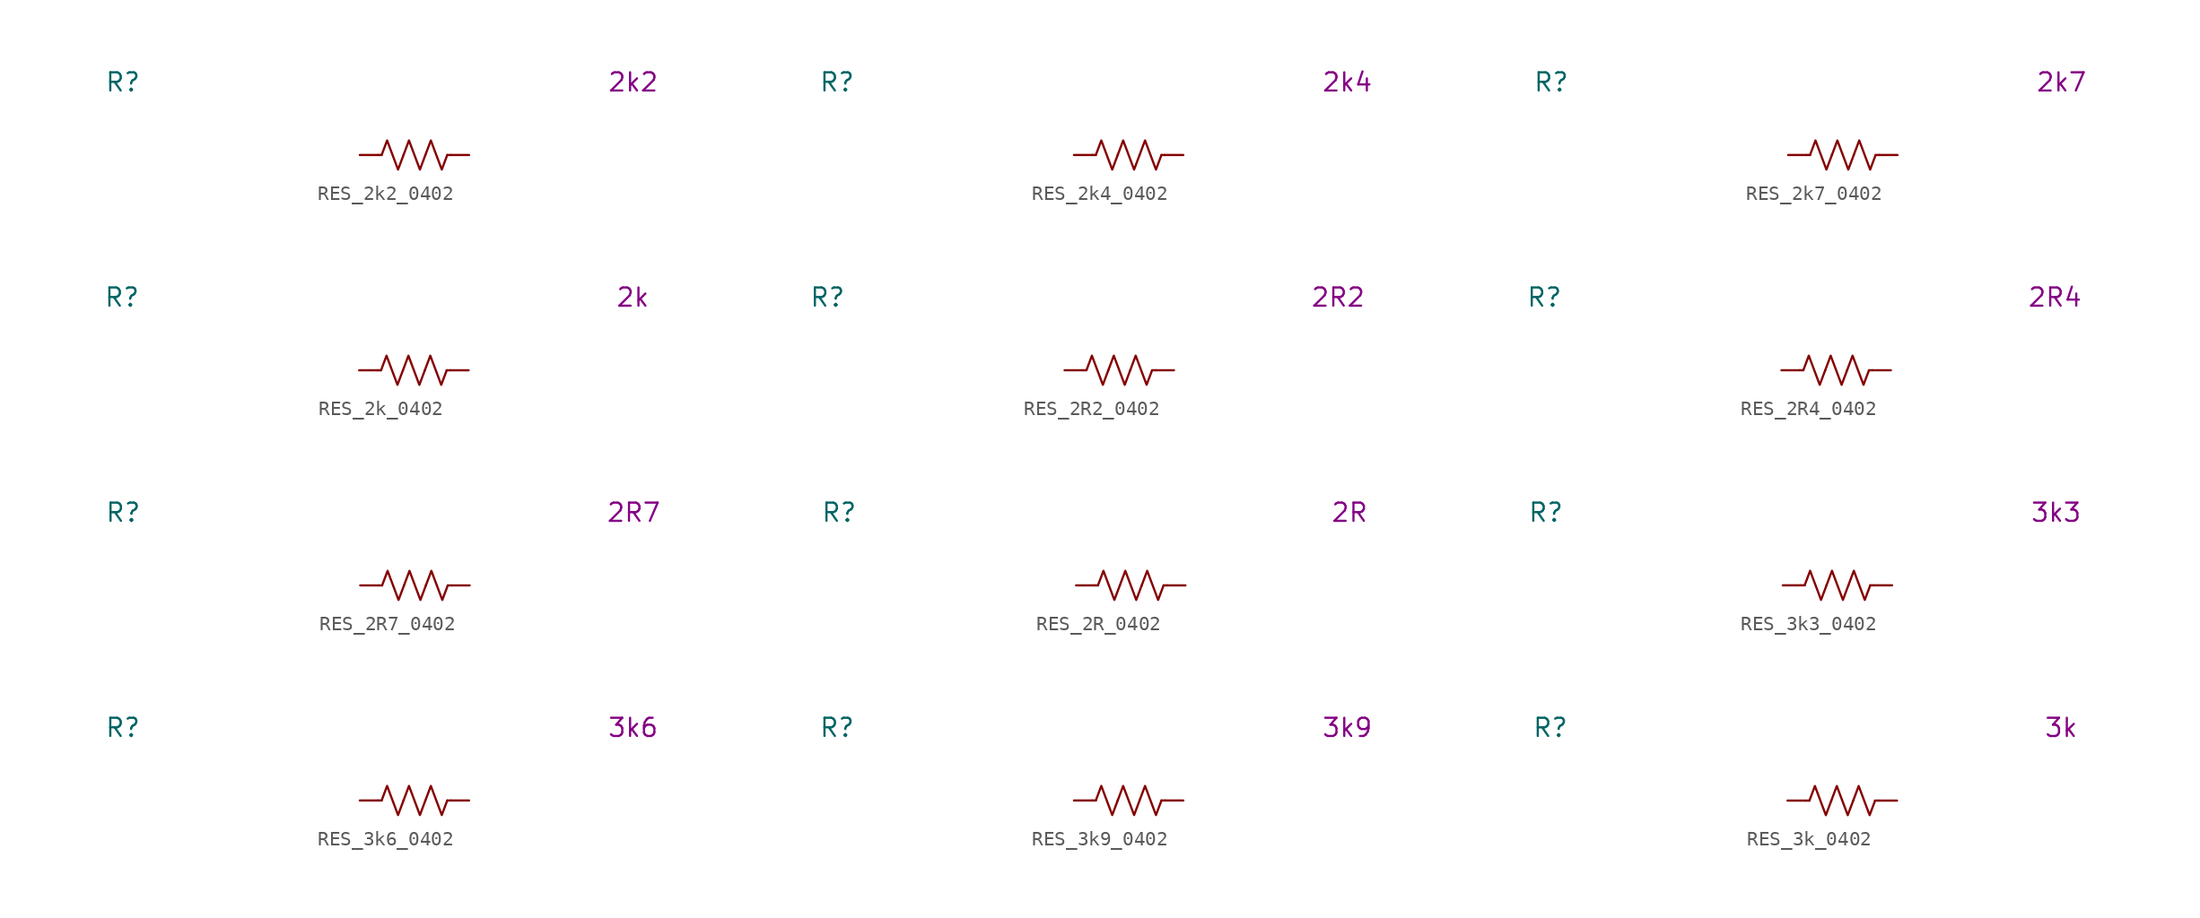
<source format=kicad_sym>
(kicad_symbol_lib
  (version 20231120)
  (generator "kicad_symbol_editor")
  (generator_version "8.0")
  (symbol "RES_2k2_0402"
    (pin_numbers hide)
    (property "Reference" "R"
      (at -20.32 5.08 0)
      (effects (font (size 1.27 1.27))))
    (property "Display Value" "2k2"
      (at 15.24 5.08 0)
      (effects (font (size 1.27 1.27))))
    (symbol "RES_2k2_0402_0_1"
      (polyline (pts (xy -2.286 0) (xy -2.54 0)) (stroke (width 0) (type default)) (fill (type none)))
      (polyline (pts (xy 2.286 0) (xy 2.54 0)) (stroke (width 0) (type default)) (fill (type none)))
      (polyline (pts (xy -2.286 0) (xy -1.905 1.016) (xy -1.524 0) (xy -1.143 -1.016) (xy -0.762 0)) (stroke (width 0) (type default)) (fill (type none)))
      (polyline (pts (xy -0.762 0) (xy -0.381 1.016) (xy 0 0) (xy 0.381 -1.016) (xy 0.762 0)) (stroke (width 0) (type default)) (fill (type none)))
      (polyline (pts (xy 0.762 0) (xy 1.143 1.016) (xy 1.524 0) (xy 1.905 -1.016) (xy 2.286 0)) (stroke (width 0) (type default)) (fill (type none))))
    (symbol "RES_2k2_0402_1_1"
      (pin passive line (at -3.81 0 0) (length 1.27) (name "~" (effects (font (size 1.27 1.27)))) (number "1" (effects (font (size 1.27 1.27)))))
      (pin passive line (at 3.81 0 180) (length 1.27) (name "~" (effects (font (size 1.27 1.27)))) (number "2" (effects (font (size 1.27 1.27)))))))
  (symbol "RES_2k4_0402"
    (pin_numbers hide)
    (property "Reference" "R"
      (at -20.32 5.08 0)
      (effects (font (size 1.27 1.27))))
    (property "Display Value" "2k4"
      (at 15.24 5.08 0)
      (effects (font (size 1.27 1.27))))
    (symbol "RES_2k4_0402_0_1"
      (polyline (pts (xy -2.286 0) (xy -2.54 0)) (stroke (width 0) (type default)) (fill (type none)))
      (polyline (pts (xy 2.286 0) (xy 2.54 0)) (stroke (width 0) (type default)) (fill (type none)))
      (polyline (pts (xy -2.286 0) (xy -1.905 1.016) (xy -1.524 0) (xy -1.143 -1.016) (xy -0.762 0)) (stroke (width 0) (type default)) (fill (type none)))
      (polyline (pts (xy -0.762 0) (xy -0.381 1.016) (xy 0 0) (xy 0.381 -1.016) (xy 0.762 0)) (stroke (width 0) (type default)) (fill (type none)))
      (polyline (pts (xy 0.762 0) (xy 1.143 1.016) (xy 1.524 0) (xy 1.905 -1.016) (xy 2.286 0)) (stroke (width 0) (type default)) (fill (type none))))
    (symbol "RES_2k4_0402_1_1"
      (pin passive line (at -3.81 0 0) (length 1.27) (name "~" (effects (font (size 1.27 1.27)))) (number "1" (effects (font (size 1.27 1.27)))))
      (pin passive line (at 3.81 0 180) (length 1.27) (name "~" (effects (font (size 1.27 1.27)))) (number "2" (effects (font (size 1.27 1.27)))))))
  (symbol "RES_2k7_0402"
    (pin_numbers hide)
    (property "Reference" "R"
      (at -20.32 5.08 0)
      (effects (font (size 1.27 1.27))))
    (property "Display Value" "2k7"
      (at 15.24 5.08 0)
      (effects (font (size 1.27 1.27))))
    (symbol "RES_2k7_0402_0_1"
      (polyline (pts (xy -2.286 0) (xy -2.54 0)) (stroke (width 0) (type default)) (fill (type none)))
      (polyline (pts (xy 2.286 0) (xy 2.54 0)) (stroke (width 0) (type default)) (fill (type none)))
      (polyline (pts (xy -2.286 0) (xy -1.905 1.016) (xy -1.524 0) (xy -1.143 -1.016) (xy -0.762 0)) (stroke (width 0) (type default)) (fill (type none)))
      (polyline (pts (xy -0.762 0) (xy -0.381 1.016) (xy 0 0) (xy 0.381 -1.016) (xy 0.762 0)) (stroke (width 0) (type default)) (fill (type none)))
      (polyline (pts (xy 0.762 0) (xy 1.143 1.016) (xy 1.524 0) (xy 1.905 -1.016) (xy 2.286 0)) (stroke (width 0) (type default)) (fill (type none))))
    (symbol "RES_2k7_0402_1_1"
      (pin passive line (at -3.81 0 0) (length 1.27) (name "~" (effects (font (size 1.27 1.27)))) (number "1" (effects (font (size 1.27 1.27)))))
      (pin passive line (at 3.81 0 180) (length 1.27) (name "~" (effects (font (size 1.27 1.27)))) (number "2" (effects (font (size 1.27 1.27)))))))
  (symbol "RES_2k_0402"
    (pin_numbers hide)
    (property "Reference" "R"
      (at -20.32 5.08 0)
      (effects (font (size 1.27 1.27))))
    (property "Display Value" "2k"
      (at 15.24 5.08 0)
      (effects (font (size 1.27 1.27))))
    (symbol "RES_2k_0402_0_1"
      (polyline (pts (xy -2.286 0) (xy -2.54 0)) (stroke (width 0) (type default)) (fill (type none)))
      (polyline (pts (xy 2.286 0) (xy 2.54 0)) (stroke (width 0) (type default)) (fill (type none)))
      (polyline (pts (xy -2.286 0) (xy -1.905 1.016) (xy -1.524 0) (xy -1.143 -1.016) (xy -0.762 0)) (stroke (width 0) (type default)) (fill (type none)))
      (polyline (pts (xy -0.762 0) (xy -0.381 1.016) (xy 0 0) (xy 0.381 -1.016) (xy 0.762 0)) (stroke (width 0) (type default)) (fill (type none)))
      (polyline (pts (xy 0.762 0) (xy 1.143 1.016) (xy 1.524 0) (xy 1.905 -1.016) (xy 2.286 0)) (stroke (width 0) (type default)) (fill (type none))))
    (symbol "RES_2k_0402_1_1"
      (pin passive line (at -3.81 0 0) (length 1.27) (name "~" (effects (font (size 1.27 1.27)))) (number "1" (effects (font (size 1.27 1.27)))))
      (pin passive line (at 3.81 0 180) (length 1.27) (name "~" (effects (font (size 1.27 1.27)))) (number "2" (effects (font (size 1.27 1.27)))))))
  (symbol "RES_2R2_0402"
    (pin_numbers hide)
    (property "Reference" "R"
      (at -20.32 5.08 0)
      (effects (font (size 1.27 1.27))))
    (property "Display Value" "2R2"
      (at 15.24 5.08 0)
      (effects (font (size 1.27 1.27))))
    (symbol "RES_2R2_0402_0_1"
      (polyline (pts (xy -2.286 0) (xy -2.54 0)) (stroke (width 0) (type default)) (fill (type none)))
      (polyline (pts (xy 2.286 0) (xy 2.54 0)) (stroke (width 0) (type default)) (fill (type none)))
      (polyline (pts (xy -2.286 0) (xy -1.905 1.016) (xy -1.524 0) (xy -1.143 -1.016) (xy -0.762 0)) (stroke (width 0) (type default)) (fill (type none)))
      (polyline (pts (xy -0.762 0) (xy -0.381 1.016) (xy 0 0) (xy 0.381 -1.016) (xy 0.762 0)) (stroke (width 0) (type default)) (fill (type none)))
      (polyline (pts (xy 0.762 0) (xy 1.143 1.016) (xy 1.524 0) (xy 1.905 -1.016) (xy 2.286 0)) (stroke (width 0) (type default)) (fill (type none))))
    (symbol "RES_2R2_0402_1_1"
      (pin passive line (at -3.81 0 0) (length 1.27) (name "~" (effects (font (size 1.27 1.27)))) (number "1" (effects (font (size 1.27 1.27)))))
      (pin passive line (at 3.81 0 180) (length 1.27) (name "~" (effects (font (size 1.27 1.27)))) (number "2" (effects (font (size 1.27 1.27)))))))
  (symbol "RES_2R4_0402"
    (pin_numbers hide)
    (property "Reference" "R"
      (at -20.32 5.08 0)
      (effects (font (size 1.27 1.27))))
    (property "Display Value" "2R4"
      (at 15.24 5.08 0)
      (effects (font (size 1.27 1.27))))
    (symbol "RES_2R4_0402_0_1"
      (polyline (pts (xy -2.286 0) (xy -2.54 0)) (stroke (width 0) (type default)) (fill (type none)))
      (polyline (pts (xy 2.286 0) (xy 2.54 0)) (stroke (width 0) (type default)) (fill (type none)))
      (polyline (pts (xy -2.286 0) (xy -1.905 1.016) (xy -1.524 0) (xy -1.143 -1.016) (xy -0.762 0)) (stroke (width 0) (type default)) (fill (type none)))
      (polyline (pts (xy -0.762 0) (xy -0.381 1.016) (xy 0 0) (xy 0.381 -1.016) (xy 0.762 0)) (stroke (width 0) (type default)) (fill (type none)))
      (polyline (pts (xy 0.762 0) (xy 1.143 1.016) (xy 1.524 0) (xy 1.905 -1.016) (xy 2.286 0)) (stroke (width 0) (type default)) (fill (type none))))
    (symbol "RES_2R4_0402_1_1"
      (pin passive line (at -3.81 0 0) (length 1.27) (name "~" (effects (font (size 1.27 1.27)))) (number "1" (effects (font (size 1.27 1.27)))))
      (pin passive line (at 3.81 0 180) (length 1.27) (name "~" (effects (font (size 1.27 1.27)))) (number "2" (effects (font (size 1.27 1.27)))))))
  (symbol "RES_2R7_0402"
    (pin_numbers hide)
    (property "Reference" "R"
      (at -20.32 5.08 0)
      (effects (font (size 1.27 1.27))))
    (property "Display Value" "2R7"
      (at 15.24 5.08 0)
      (effects (font (size 1.27 1.27))))
    (symbol "RES_2R7_0402_0_1"
      (polyline (pts (xy -2.286 0) (xy -2.54 0)) (stroke (width 0) (type default)) (fill (type none)))
      (polyline (pts (xy 2.286 0) (xy 2.54 0)) (stroke (width 0) (type default)) (fill (type none)))
      (polyline (pts (xy -2.286 0) (xy -1.905 1.016) (xy -1.524 0) (xy -1.143 -1.016) (xy -0.762 0)) (stroke (width 0) (type default)) (fill (type none)))
      (polyline (pts (xy -0.762 0) (xy -0.381 1.016) (xy 0 0) (xy 0.381 -1.016) (xy 0.762 0)) (stroke (width 0) (type default)) (fill (type none)))
      (polyline (pts (xy 0.762 0) (xy 1.143 1.016) (xy 1.524 0) (xy 1.905 -1.016) (xy 2.286 0)) (stroke (width 0) (type default)) (fill (type none))))
    (symbol "RES_2R7_0402_1_1"
      (pin passive line (at -3.81 0 0) (length 1.27) (name "~" (effects (font (size 1.27 1.27)))) (number "1" (effects (font (size 1.27 1.27)))))
      (pin passive line (at 3.81 0 180) (length 1.27) (name "~" (effects (font (size 1.27 1.27)))) (number "2" (effects (font (size 1.27 1.27)))))))
  (symbol "RES_2R_0402"
    (pin_numbers hide)
    (property "Reference" "R"
      (at -20.32 5.08 0)
      (effects (font (size 1.27 1.27))))
    (property "Display Value" "2R"
      (at 15.24 5.08 0)
      (effects (font (size 1.27 1.27))))
    (symbol "RES_2R_0402_0_1"
      (polyline (pts (xy -2.286 0) (xy -2.54 0)) (stroke (width 0) (type default)) (fill (type none)))
      (polyline (pts (xy 2.286 0) (xy 2.54 0)) (stroke (width 0) (type default)) (fill (type none)))
      (polyline (pts (xy -2.286 0) (xy -1.905 1.016) (xy -1.524 0) (xy -1.143 -1.016) (xy -0.762 0)) (stroke (width 0) (type default)) (fill (type none)))
      (polyline (pts (xy -0.762 0) (xy -0.381 1.016) (xy 0 0) (xy 0.381 -1.016) (xy 0.762 0)) (stroke (width 0) (type default)) (fill (type none)))
      (polyline (pts (xy 0.762 0) (xy 1.143 1.016) (xy 1.524 0) (xy 1.905 -1.016) (xy 2.286 0)) (stroke (width 0) (type default)) (fill (type none))))
    (symbol "RES_2R_0402_1_1"
      (pin passive line (at -3.81 0 0) (length 1.27) (name "~" (effects (font (size 1.27 1.27)))) (number "1" (effects (font (size 1.27 1.27)))))
      (pin passive line (at 3.81 0 180) (length 1.27) (name "~" (effects (font (size 1.27 1.27)))) (number "2" (effects (font (size 1.27 1.27)))))))
  (symbol "RES_3k3_0402"
    (pin_numbers hide)
    (property "Reference" "R"
      (at -20.32 5.08 0)
      (effects (font (size 1.27 1.27))))
    (property "Display Value" "3k3"
      (at 15.24 5.08 0)
      (effects (font (size 1.27 1.27))))
    (symbol "RES_3k3_0402_0_1"
      (polyline (pts (xy -2.286 0) (xy -2.54 0)) (stroke (width 0) (type default)) (fill (type none)))
      (polyline (pts (xy 2.286 0) (xy 2.54 0)) (stroke (width 0) (type default)) (fill (type none)))
      (polyline (pts (xy -2.286 0) (xy -1.905 1.016) (xy -1.524 0) (xy -1.143 -1.016) (xy -0.762 0)) (stroke (width 0) (type default)) (fill (type none)))
      (polyline (pts (xy -0.762 0) (xy -0.381 1.016) (xy 0 0) (xy 0.381 -1.016) (xy 0.762 0)) (stroke (width 0) (type default)) (fill (type none)))
      (polyline (pts (xy 0.762 0) (xy 1.143 1.016) (xy 1.524 0) (xy 1.905 -1.016) (xy 2.286 0)) (stroke (width 0) (type default)) (fill (type none))))
    (symbol "RES_3k3_0402_1_1"
      (pin passive line (at -3.81 0 0) (length 1.27) (name "~" (effects (font (size 1.27 1.27)))) (number "1" (effects (font (size 1.27 1.27)))))
      (pin passive line (at 3.81 0 180) (length 1.27) (name "~" (effects (font (size 1.27 1.27)))) (number "2" (effects (font (size 1.27 1.27)))))))
  (symbol "RES_3k6_0402"
    (pin_numbers hide)
    (property "Reference" "R"
      (at -20.32 5.08 0)
      (effects (font (size 1.27 1.27))))
    (property "Display Value" "3k6"
      (at 15.24 5.08 0)
      (effects (font (size 1.27 1.27))))
    (symbol "RES_3k6_0402_0_1"
      (polyline (pts (xy -2.286 0) (xy -2.54 0)) (stroke (width 0) (type default)) (fill (type none)))
      (polyline (pts (xy 2.286 0) (xy 2.54 0)) (stroke (width 0) (type default)) (fill (type none)))
      (polyline (pts (xy -2.286 0) (xy -1.905 1.016) (xy -1.524 0) (xy -1.143 -1.016) (xy -0.762 0)) (stroke (width 0) (type default)) (fill (type none)))
      (polyline (pts (xy -0.762 0) (xy -0.381 1.016) (xy 0 0) (xy 0.381 -1.016) (xy 0.762 0)) (stroke (width 0) (type default)) (fill (type none)))
      (polyline (pts (xy 0.762 0) (xy 1.143 1.016) (xy 1.524 0) (xy 1.905 -1.016) (xy 2.286 0)) (stroke (width 0) (type default)) (fill (type none))))
    (symbol "RES_3k6_0402_1_1"
      (pin passive line (at -3.81 0 0) (length 1.27) (name "~" (effects (font (size 1.27 1.27)))) (number "1" (effects (font (size 1.27 1.27)))))
      (pin passive line (at 3.81 0 180) (length 1.27) (name "~" (effects (font (size 1.27 1.27)))) (number "2" (effects (font (size 1.27 1.27)))))))
  (symbol "RES_3k9_0402"
    (pin_numbers hide)
    (property "Reference" "R"
      (at -20.32 5.08 0)
      (effects (font (size 1.27 1.27))))
    (property "Display Value" "3k9"
      (at 15.24 5.08 0)
      (effects (font (size 1.27 1.27))))
    (symbol "RES_3k9_0402_0_1"
      (polyline (pts (xy -2.286 0) (xy -2.54 0)) (stroke (width 0) (type default)) (fill (type none)))
      (polyline (pts (xy 2.286 0) (xy 2.54 0)) (stroke (width 0) (type default)) (fill (type none)))
      (polyline (pts (xy -2.286 0) (xy -1.905 1.016) (xy -1.524 0) (xy -1.143 -1.016) (xy -0.762 0)) (stroke (width 0) (type default)) (fill (type none)))
      (polyline (pts (xy -0.762 0) (xy -0.381 1.016) (xy 0 0) (xy 0.381 -1.016) (xy 0.762 0)) (stroke (width 0) (type default)) (fill (type none)))
      (polyline (pts (xy 0.762 0) (xy 1.143 1.016) (xy 1.524 0) (xy 1.905 -1.016) (xy 2.286 0)) (stroke (width 0) (type default)) (fill (type none))))
    (symbol "RES_3k9_0402_1_1"
      (pin passive line (at -3.81 0 0) (length 1.27) (name "~" (effects (font (size 1.27 1.27)))) (number "1" (effects (font (size 1.27 1.27)))))
      (pin passive line (at 3.81 0 180) (length 1.27) (name "~" (effects (font (size 1.27 1.27)))) (number "2" (effects (font (size 1.27 1.27)))))))
  (symbol "RES_3k_0402"
    (pin_numbers hide)
    (property "Reference" "R"
      (at -20.32 5.08 0)
      (effects (font (size 1.27 1.27))))
    (property "Display Value" "3k"
      (at 15.24 5.08 0)
      (effects (font (size 1.27 1.27))))
    (symbol "RES_3k_0402_0_1"
      (polyline (pts (xy -2.286 0) (xy -2.54 0)) (stroke (width 0) (type default)) (fill (type none)))
      (polyline (pts (xy 2.286 0) (xy 2.54 0)) (stroke (width 0) (type default)) (fill (type none)))
      (polyline (pts (xy -2.286 0) (xy -1.905 1.016) (xy -1.524 0) (xy -1.143 -1.016) (xy -0.762 0)) (stroke (width 0) (type default)) (fill (type none)))
      (polyline (pts (xy -0.762 0) (xy -0.381 1.016) (xy 0 0) (xy 0.381 -1.016) (xy 0.762 0)) (stroke (width 0) (type default)) (fill (type none)))
      (polyline (pts (xy 0.762 0) (xy 1.143 1.016) (xy 1.524 0) (xy 1.905 -1.016) (xy 2.286 0)) (stroke (width 0) (type default)) (fill (type none))))
    (symbol "RES_3k_0402_1_1"
      (pin passive line (at -3.81 0 0) (length 1.27) (name "~" (effects (font (size 1.27 1.27)))) (number "1" (effects (font (size 1.27 1.27)))))
      (pin passive line (at 3.81 0 180) (length 1.27) (name "~" (effects (font (size 1.27 1.27)))) (number "2" (effects (font (size 1.27 1.27))))))))
</source>
